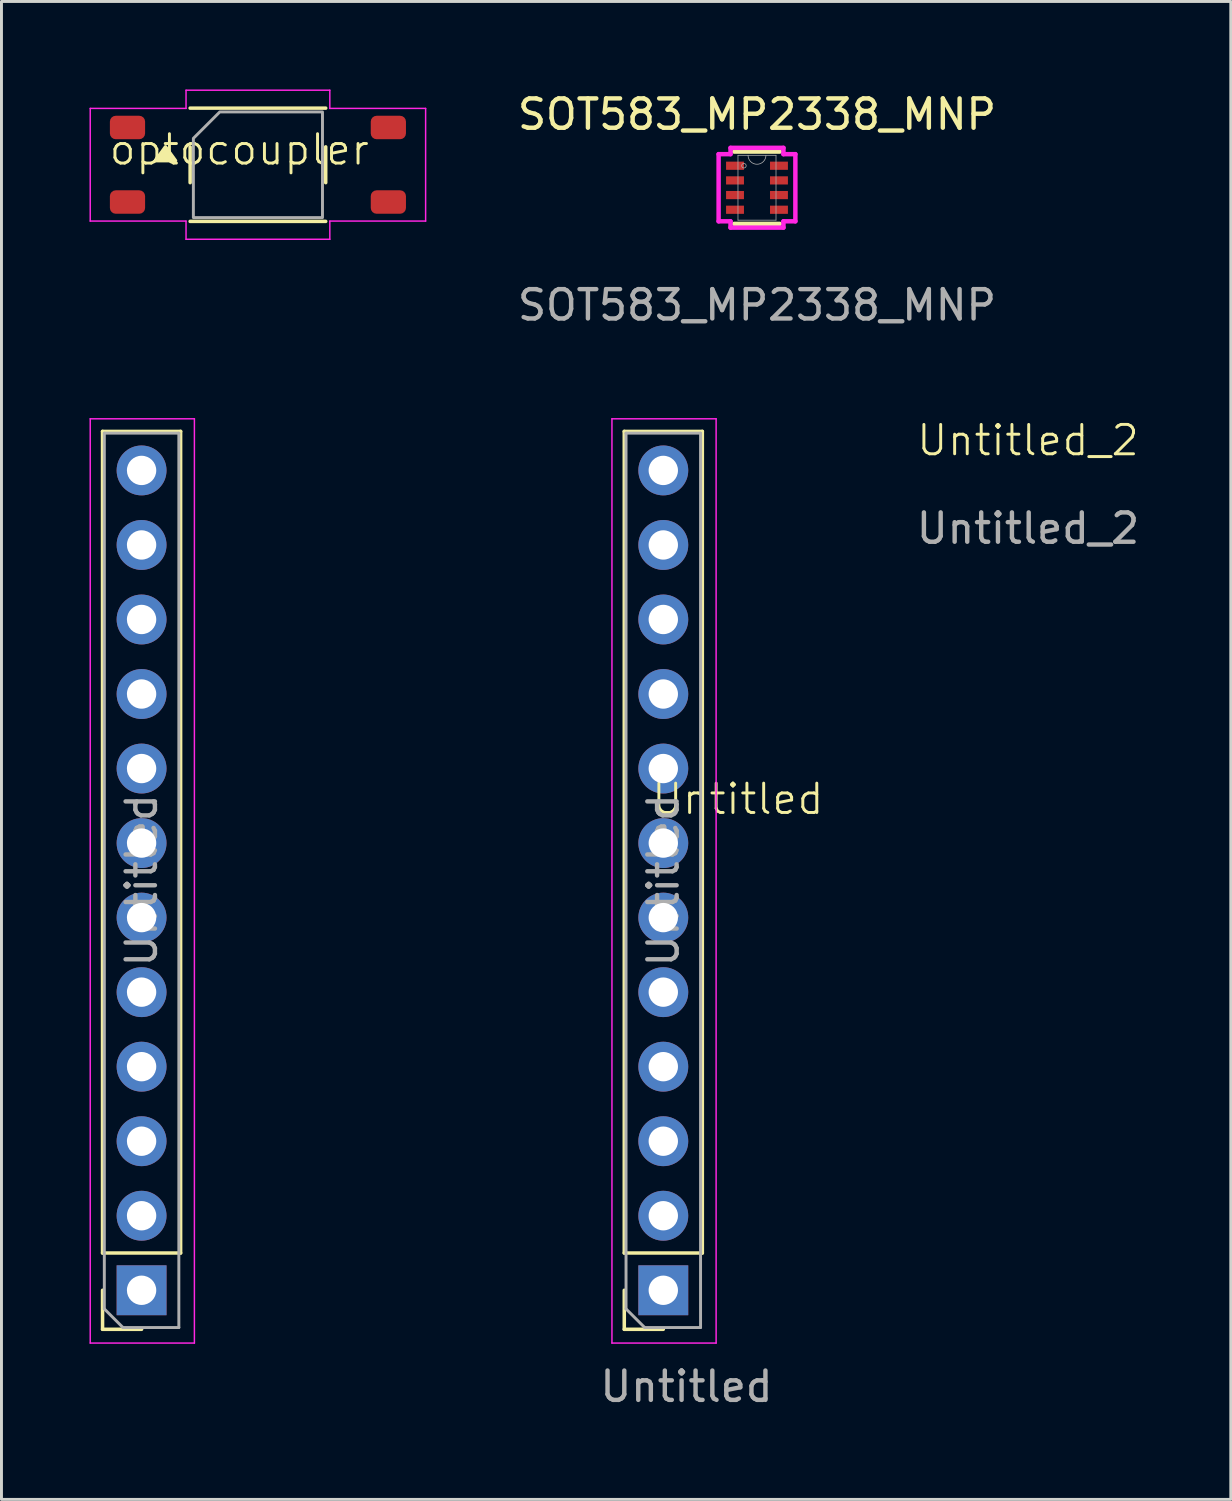
<source format=kicad_pcb>
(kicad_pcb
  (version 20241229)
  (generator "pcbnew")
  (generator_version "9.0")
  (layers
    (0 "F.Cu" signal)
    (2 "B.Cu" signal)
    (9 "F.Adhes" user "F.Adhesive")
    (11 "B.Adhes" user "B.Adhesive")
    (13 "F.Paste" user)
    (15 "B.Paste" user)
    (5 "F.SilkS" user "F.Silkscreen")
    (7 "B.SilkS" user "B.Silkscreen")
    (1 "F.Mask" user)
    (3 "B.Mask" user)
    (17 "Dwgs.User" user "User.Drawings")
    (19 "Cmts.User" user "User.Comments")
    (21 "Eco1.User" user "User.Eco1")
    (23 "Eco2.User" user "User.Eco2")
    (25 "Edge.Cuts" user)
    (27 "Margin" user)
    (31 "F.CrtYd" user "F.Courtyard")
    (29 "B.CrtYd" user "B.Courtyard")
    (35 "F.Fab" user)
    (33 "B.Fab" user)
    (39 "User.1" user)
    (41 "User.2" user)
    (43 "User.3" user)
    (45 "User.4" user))
  (footprint "optocoupler"
    (layer "F.Cu")
    (at 5.105 2.55)
    (property "Reference" "optocoupler" (at 0 -0.5 0) (unlocked yes) (layer "F.SilkS") (effects (font (size 1 1) (thickness 0.1))))
    (attr smd)
    (fp_line (start -1.675 -1.915) (end 2.945 -1.915) (stroke (width 0.12) (type solid)) (layer "F.SilkS"))
    (fp_line (start -1.675 0.625) (end -1.675 -0.595) (stroke (width 0.12) (type solid)) (layer "F.SilkS"))
    (fp_line (start 2.945 -0.595) (end 2.945 0.625) (stroke (width 0.12) (type solid)) (layer "F.SilkS"))
    (fp_line (start 2.945 1.945) (end -1.675 1.945) (stroke (width 0.12) (type solid)) (layer "F.SilkS"))
    (fp_poly (pts (xy -2.515 -0.595) (xy -2.175 -0.125) (xy -2.855 -0.125)) (stroke (width 0.12) (type solid)) (fill yes) (layer "F.SilkS"))
    (fp_line (start -5.08 -1.905) (end -1.815 -1.905) (stroke (width 0.05) (type solid)) (layer "F.CrtYd"))
    (fp_line (start -5.08 1.935) (end -5.08 -1.905) (stroke (width 0.05) (type solid)) (layer "F.CrtYd"))
    (fp_line (start -1.815 -2.525) (end 3.085 -2.525) (stroke (width 0.05) (type solid)) (layer "F.CrtYd"))
    (fp_line (start -1.815 -1.905) (end -1.815 -2.525) (stroke (width 0.05) (type solid)) (layer "F.CrtYd"))
    (fp_line (start -1.815 1.935) (end -5.08 1.935) (stroke (width 0.05) (type solid)) (layer "F.CrtYd"))
    (fp_line (start -1.815 2.555) (end -1.815 1.935) (stroke (width 0.05) (type solid)) (layer "F.CrtYd"))
    (fp_line (start 3.085 -2.525) (end 3.085 -1.905) (stroke (width 0.05) (type solid)) (layer "F.CrtYd"))
    (fp_line (start 3.085 -1.905) (end 6.35 -1.905) (stroke (width 0.05) (type solid)) (layer "F.CrtYd"))
    (fp_line (start 3.085 1.935) (end 3.085 2.555) (stroke (width 0.05) (type solid)) (layer "F.CrtYd"))
    (fp_line (start 3.085 2.555) (end -1.815 2.555) (stroke (width 0.05) (type solid)) (layer "F.CrtYd"))
    (fp_line (start 6.35 -1.905) (end 6.35 1.935) (stroke (width 0.05) (type solid)) (layer "F.CrtYd"))
    (fp_line (start 6.35 1.935) (end 3.085 1.935) (stroke (width 0.05) (type solid)) (layer "F.CrtYd"))
    (fp_poly (pts (xy -1.565 -0.885) (xy -1.565 1.815) (xy 2.835 1.815) (xy 2.835 -1.785) (xy -0.665 -1.785)) (stroke (width 0.1) (type solid)) (fill no) (layer "F.Fab"))
    (pad "1" smd roundrect (at -3.81 -1.255) (size 1.2 0.8) (layers "F.Cu" "F.Mask" "F.Paste") (roundrect_rratio 0.25))
    (pad "2" smd roundrect (at -3.81 1.285) (size 1.2 0.8) (layers "F.Cu" "F.Mask" "F.Paste") (roundrect_rratio 0.25))
    (pad "3" smd roundrect (at 5.08 1.285) (size 1.2 0.8) (layers "F.Cu" "F.Mask" "F.Paste") (roundrect_rratio 0.25))
    (pad "4" smd roundrect (at 5.08 -1.255) (size 1.2 0.8) (layers "F.Cu" "F.Mask" "F.Paste") (roundrect_rratio 0.25)))
  (footprint "SOT583_MP2338_MNP"
    (layer "F.Cu")
    (at 22.748 3.348)
    (property "Reference" "SOT583_MP2338_MNP" (at 0 -2.5 0) (unlocked yes) (layer "F.SilkS") (effects (font (size 1 1) (thickness 0.15))))
    (attr smd)
    (fp_line (start -0.775 1.232) (end 0.775 1.232) (stroke (width 0.152) (type solid)) (layer "F.SilkS"))
    (fp_line (start 0.775 -1.232) (end -0.775 -1.232) (stroke (width 0.152) (type solid)) (layer "F.SilkS"))
    (fp_line (start -1.308 -1.144) (end -0.902 -1.144) (stroke (width 0.152) (type solid)) (layer "F.CrtYd"))
    (fp_line (start -1.308 1.144) (end -1.308 -1.144) (stroke (width 0.152) (type solid)) (layer "F.CrtYd"))
    (fp_line (start -0.902 -1.359) (end 0.902 -1.359) (stroke (width 0.152) (type solid)) (layer "F.CrtYd"))
    (fp_line (start -0.902 -1.144) (end -0.902 -1.359) (stroke (width 0.152) (type solid)) (layer "F.CrtYd"))
    (fp_line (start -0.902 1.144) (end -1.308 1.144) (stroke (width 0.152) (type solid)) (layer "F.CrtYd"))
    (fp_line (start -0.902 1.359) (end -0.902 1.144) (stroke (width 0.152) (type solid)) (layer "F.CrtYd"))
    (fp_line (start 0.902 -1.359) (end 0.902 -1.144) (stroke (width 0.152) (type solid)) (layer "F.CrtYd"))
    (fp_line (start 0.902 -1.144) (end 1.308 -1.144) (stroke (width 0.152) (type solid)) (layer "F.CrtYd"))
    (fp_line (start 0.902 1.144) (end 0.902 1.359) (stroke (width 0.152) (type solid)) (layer "F.CrtYd"))
    (fp_line (start 0.902 1.359) (end -0.902 1.359) (stroke (width 0.152) (type solid)) (layer "F.CrtYd"))
    (fp_line (start 1.308 -1.144) (end 1.308 1.144) (stroke (width 0.152) (type solid)) (layer "F.CrtYd"))
    (fp_line (start 1.308 1.144) (end 0.902 1.144) (stroke (width 0.152) (type solid)) (layer "F.CrtYd"))
    (fp_line (start -0.648 -1.105) (end -0.648 1.105) (stroke (width 0.025) (type solid)) (layer "F.Fab"))
    (fp_line (start -0.648 1.105) (end 0.648 1.105) (stroke (width 0.025) (type solid)) (layer "F.Fab"))
    (fp_line (start 0.648 -1.105) (end -0.648 -1.105) (stroke (width 0.025) (type solid)) (layer "F.Fab"))
    (fp_line (start 0.648 1.105) (end 0.648 -1.105) (stroke (width 0.025) (type solid)) (layer "F.Fab"))
    (fp_arc (start 0.3048 -1.1049) (mid 0 -0.8001) (end -0.3048 -1.1049) (stroke (width 0.0254) (type solid)) (layer "F.Fab"))
    (fp_circle (center -0.445 -0.75) (end -0.368 -0.75) (stroke (width 0.025) (type solid)) (fill no) (layer "F.Fab"))
    (fp_text user "${REFERENCE}" (at 0 4 0) (unlocked yes) (layer "F.Fab") (effects (font (size 1 1) (thickness 0.15))))
    (pad "1" smd rect (at -0.749 -0.75) (size 0.61 0.279) (layers "F.Cu" "F.Mask" "F.Paste"))
    (pad "2" smd rect (at -0.749 -0.25) (size 0.61 0.279) (layers "F.Cu" "F.Mask" "F.Paste"))
    (pad "3" smd rect (at -0.749 0.25) (size 0.61 0.279) (layers "F.Cu" "F.Mask" "F.Paste"))
    (pad "4" smd rect (at -0.749 0.75) (size 0.61 0.279) (layers "F.Cu" "F.Mask" "F.Paste"))
    (pad "5" smd rect (at 0.749 0.75) (size 0.61 0.279) (layers "F.Cu" "F.Mask" "F.Paste"))
    (pad "6" smd rect (at 0.749 0.25) (size 0.61 0.279) (layers "F.Cu" "F.Mask" "F.Paste"))
    (pad "7" smd rect (at 0.749 -0.25) (size 0.61 0.279) (layers "F.Cu" "F.Mask" "F.Paste"))
    (pad "8" smd rect (at 0.749 -0.75) (size 0.61 0.279) (layers "F.Cu" "F.Mask" "F.Paste")))
  (footprint "Untitled_2"
    (layer "F.Cu")
    (at 31.984 12.457)
    (property "Reference" "Untitled_2" (at 0 -0.5 0) (unlocked yes) (layer "F.SilkS") (effects (font (size 1 1) (thickness 0.1))))
    (attr smd)
    (fp_text user "${REFERENCE}" (at 0 2.5 0) (unlocked yes) (layer "F.Fab") (effects (font (size 1 1) (thickness 0.15)))))
  (footprint "Untitled"
    (layer "F.Cu")
    (at 19.555 40.922)
    (property "Reference" "Untitled" (at 2.54 -16.74 0) (unlocked yes) (layer "F.SilkS") (effects (font (size 1 1) (thickness 0.1))))
    (attr smd)
    (fp_line (start -19.11 -1.27) (end -19.11 -29.27) (stroke (width 0.12) (type solid)) (layer "F.SilkS"))
    (fp_line (start -19.11 1.33) (end -19.11 0) (stroke (width 0.12) (type solid)) (layer "F.SilkS"))
    (fp_line (start -17.78 1.33) (end -19.11 1.33) (stroke (width 0.12) (type solid)) (layer "F.SilkS"))
    (fp_line (start -16.45 -29.27) (end -19.11 -29.27) (stroke (width 0.12) (type solid)) (layer "F.SilkS"))
    (fp_line (start -16.45 -1.27) (end -19.11 -1.27) (stroke (width 0.12) (type solid)) (layer "F.SilkS"))
    (fp_line (start -16.45 -1.27) (end -16.45 -29.27) (stroke (width 0.12) (type solid)) (layer "F.SilkS"))
    (fp_line (start -1.33 -1.27) (end -1.33 -29.27) (stroke (width 0.12) (type solid)) (layer "F.SilkS"))
    (fp_line (start -1.33 1.33) (end -1.33 0) (stroke (width 0.12) (type solid)) (layer "F.SilkS"))
    (fp_line (start 0 1.33) (end -1.33 1.33) (stroke (width 0.12) (type solid)) (layer "F.SilkS"))
    (fp_line (start 1.33 -29.27) (end -1.33 -29.27) (stroke (width 0.12) (type solid)) (layer "F.SilkS"))
    (fp_line (start 1.33 -1.27) (end -1.33 -1.27) (stroke (width 0.12) (type solid)) (layer "F.SilkS"))
    (fp_line (start 1.33 -1.27) (end 1.33 -29.27) (stroke (width 0.12) (type solid)) (layer "F.SilkS"))
    (fp_line (start -19.53 -29.7) (end -15.98 -29.7) (stroke (width 0.05) (type solid)) (layer "F.CrtYd"))
    (fp_line (start -19.53 1.8) (end -19.53 -29.7) (stroke (width 0.05) (type solid)) (layer "F.CrtYd"))
    (fp_line (start -15.98 -29.7) (end -15.98 1.8) (stroke (width 0.05) (type solid)) (layer "F.CrtYd"))
    (fp_line (start -15.98 1.8) (end -19.53 1.8) (stroke (width 0.05) (type solid)) (layer "F.CrtYd"))
    (fp_line (start -1.75 -29.7) (end 1.8 -29.7) (stroke (width 0.05) (type solid)) (layer "F.CrtYd"))
    (fp_line (start -1.75 1.8) (end -1.75 -29.7) (stroke (width 0.05) (type solid)) (layer "F.CrtYd"))
    (fp_line (start 1.8 -29.7) (end 1.8 1.8) (stroke (width 0.05) (type solid)) (layer "F.CrtYd"))
    (fp_line (start 1.8 1.8) (end -1.75 1.8) (stroke (width 0.05) (type solid)) (layer "F.CrtYd"))
    (fp_line (start -19.05 -29.21) (end -16.51 -29.21) (stroke (width 0.1) (type solid)) (layer "F.Fab"))
    (fp_line (start -19.05 0.635) (end -19.05 -29.21) (stroke (width 0.1) (type solid)) (layer "F.Fab"))
    (fp_line (start -18.415 1.27) (end -19.05 0.635) (stroke (width 0.1) (type solid)) (layer "F.Fab"))
    (fp_line (start -16.51 -29.21) (end -16.51 1.27) (stroke (width 0.1) (type solid)) (layer "F.Fab"))
    (fp_line (start -16.51 1.27) (end -18.415 1.27) (stroke (width 0.1) (type solid)) (layer "F.Fab"))
    (fp_line (start -1.27 -29.21) (end 1.27 -29.21) (stroke (width 0.1) (type solid)) (layer "F.Fab"))
    (fp_line (start -1.27 0.635) (end -1.27 -29.21) (stroke (width 0.1) (type solid)) (layer "F.Fab"))
    (fp_line (start -0.635 1.27) (end -1.27 0.635) (stroke (width 0.1) (type solid)) (layer "F.Fab"))
    (fp_line (start 1.27 -29.21) (end 1.27 1.27) (stroke (width 0.1) (type solid)) (layer "F.Fab"))
    (fp_line (start 1.27 1.27) (end -0.635 1.27) (stroke (width 0.1) (type solid)) (layer "F.Fab"))
    (fp_text user "${REFERENCE}" (at 0.79 3.28 0) (unlocked yes) (layer "F.Fab") (effects (font (size 1 1) (thickness 0.15))))
    (fp_text user "${REFERENCE}" (at -17.78 -13.97 270) (layer "F.Fab") (effects (font (size 1 1) (thickness 0.15))))
    (fp_text user "${REFERENCE}" (at 0 -13.97 270) (layer "F.Fab") (effects (font (size 1 1) (thickness 0.15))))
    (pad "1" thru_hole rect (at -17.78 0 180) (size 1.7 1.7) (drill 1) (layers "*.Cu" "*.Mask"))
    (pad "2" thru_hole circle (at -17.78 -2.54 180) (size 1.7 1.7) (drill 1) (layers "*.Cu" "*.Mask"))
    (pad "3" thru_hole circle (at -17.78 -5.08 180) (size 1.7 1.7) (drill 1) (layers "*.Cu" "*.Mask"))
    (pad "4" thru_hole circle (at -17.78 -7.62 180) (size 1.7 1.7) (drill 1) (layers "*.Cu" "*.Mask"))
    (pad "5" thru_hole circle (at -17.78 -10.16 180) (size 1.7 1.7) (drill 1) (layers "*.Cu" "*.Mask"))
    (pad "6" thru_hole circle (at -17.78 -12.7 180) (size 1.7 1.7) (drill 1) (layers "*.Cu" "*.Mask"))
    (pad "7" thru_hole circle (at -17.78 -15.24 180) (size 1.7 1.7) (drill 1) (layers "*.Cu" "*.Mask"))
    (pad "8" thru_hole circle (at -17.78 -17.78 180) (size 1.7 1.7) (drill 1) (layers "*.Cu" "*.Mask"))
    (pad "9" thru_hole circle (at -17.78 -20.32 180) (size 1.7 1.7) (drill 1) (layers "*.Cu" "*.Mask"))
    (pad "10" thru_hole circle (at -17.78 -22.86 180) (size 1.7 1.7) (drill 1) (layers "*.Cu" "*.Mask"))
    (pad "11" thru_hole circle (at -17.78 -25.4 180) (size 1.7 1.7) (drill 1) (layers "*.Cu" "*.Mask"))
    (pad "12" thru_hole circle (at -17.78 -27.94 180) (size 1.7 1.7) (drill 1) (layers "*.Cu" "*.Mask"))
    (pad "13" thru_hole circle (at 0 -27.94 180) (size 1.7 1.7) (drill 1) (layers "*.Cu" "*.Mask"))
    (pad "14" thru_hole circle (at 0 -25.4 180) (size 1.7 1.7) (drill 1) (layers "*.Cu" "*.Mask"))
    (pad "15" thru_hole circle (at 0 -22.86 180) (size 1.7 1.7) (drill 1) (layers "*.Cu" "*.Mask"))
    (pad "16" thru_hole circle (at 0 -20.32 180) (size 1.7 1.7) (drill 1) (layers "*.Cu" "*.Mask"))
    (pad "17" thru_hole circle (at 0 -17.78 180) (size 1.7 1.7) (drill 1) (layers "*.Cu" "*.Mask"))
    (pad "18" thru_hole circle (at 0 -15.24 180) (size 1.7 1.7) (drill 1) (layers "*.Cu" "*.Mask"))
    (pad "19" thru_hole circle (at 0 -12.7 180) (size 1.7 1.7) (drill 1) (layers "*.Cu" "*.Mask"))
    (pad "20" thru_hole circle (at 0 -10.16 180) (size 1.7 1.7) (drill 1) (layers "*.Cu" "*.Mask"))
    (pad "21" thru_hole circle (at 0 -7.62 180) (size 1.7 1.7) (drill 1) (layers "*.Cu" "*.Mask"))
    (pad "22" thru_hole circle (at 0 -5.08 180) (size 1.7 1.7) (drill 1) (layers "*.Cu" "*.Mask"))
    (pad "23" thru_hole circle (at 0 -2.54 180) (size 1.7 1.7) (drill 1) (layers "*.Cu" "*.Mask"))
    (pad "24" thru_hole rect (at 0 0 180) (size 1.7 1.7) (drill 1) (layers "*.Cu" "*.Mask")))
  (gr_rect
    (start -3 -3)
    (end 38.895 48.05)
    (stroke (width 0.1) (type default))
    (fill no)
    (layer "Edge.Cuts")))
</source>
